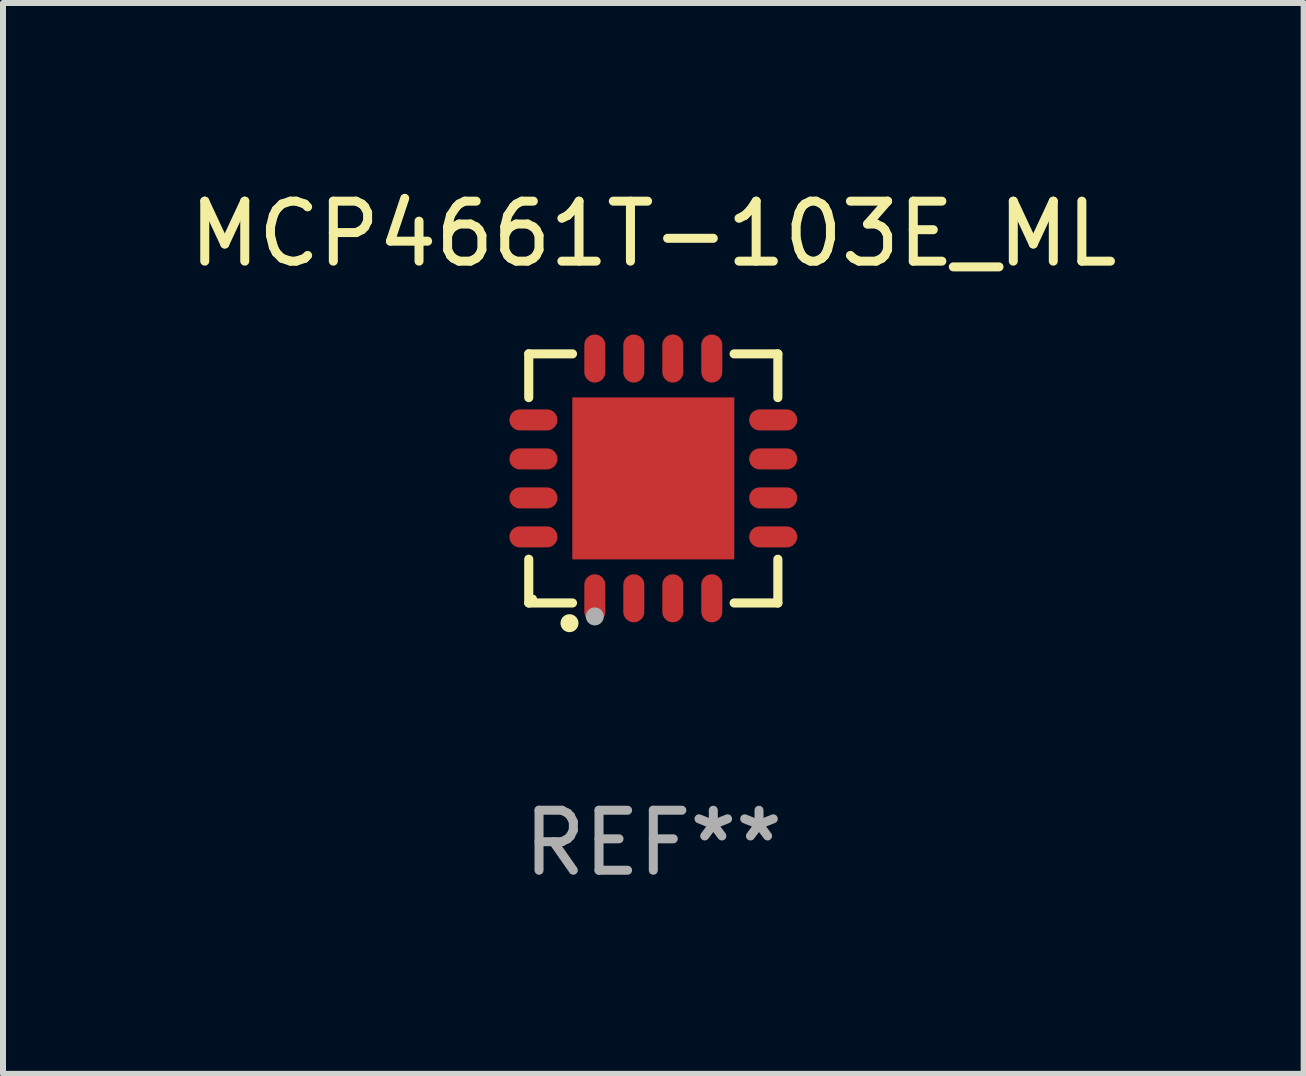
<source format=kicad_pcb>
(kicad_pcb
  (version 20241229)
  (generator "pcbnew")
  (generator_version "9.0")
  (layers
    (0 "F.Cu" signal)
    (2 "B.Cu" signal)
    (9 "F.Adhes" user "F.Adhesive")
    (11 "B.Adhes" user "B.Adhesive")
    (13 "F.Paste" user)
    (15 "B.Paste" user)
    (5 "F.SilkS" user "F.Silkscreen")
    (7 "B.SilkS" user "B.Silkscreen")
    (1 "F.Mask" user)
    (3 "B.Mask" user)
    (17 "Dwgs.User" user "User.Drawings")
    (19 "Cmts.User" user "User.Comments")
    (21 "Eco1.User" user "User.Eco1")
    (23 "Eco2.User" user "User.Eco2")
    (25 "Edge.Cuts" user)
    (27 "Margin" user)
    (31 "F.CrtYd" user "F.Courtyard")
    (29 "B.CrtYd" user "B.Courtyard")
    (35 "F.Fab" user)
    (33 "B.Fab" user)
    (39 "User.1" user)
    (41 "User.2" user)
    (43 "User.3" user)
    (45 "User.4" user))
  (footprint "MCP4661T-103E_ML"
    (layer "F.Cu")
    (at 7.839 4.924)
    (property "Reference" "MCP4661T-103E_ML" (at 0 -4.076 0) (layer "F.SilkS") (effects (font (size 1 1) (thickness 0.15))))
    (attr through_hole)
    (fp_line (start -2.076 -2.076) (end -1.347 -2.076) (stroke (width 0.152) (type solid)) (layer "F.SilkS"))
    (fp_line (start -2.076 -1.347) (end -2.076 -2.076) (stroke (width 0.152) (type solid)) (layer "F.SilkS"))
    (fp_line (start -2.076 1.347) (end -2.076 2.076) (stroke (width 0.152) (type solid)) (layer "F.SilkS"))
    (fp_line (start -2.076 2.076) (end -1.347 2.076) (stroke (width 0.152) (type solid)) (layer "F.SilkS"))
    (fp_line (start 2.076 -2.076) (end 1.347 -2.076) (stroke (width 0.152) (type solid)) (layer "F.SilkS"))
    (fp_line (start 2.076 -1.347) (end 2.076 -2.076) (stroke (width 0.152) (type solid)) (layer "F.SilkS"))
    (fp_line (start 2.076 1.347) (end 2.076 2.076) (stroke (width 0.152) (type solid)) (layer "F.SilkS"))
    (fp_line (start 2.076 2.076) (end 1.347 2.076) (stroke (width 0.152) (type solid)) (layer "F.SilkS"))
    (fp_circle (center -2 2) (end -1.97 2) (stroke (width 0.06) (type solid)) (fill no) (layer "F.SilkS"))
    (fp_circle (center -1.397 2.413) (end -1.322 2.413) (stroke (width 0.15) (type solid)) (fill no) (layer "F.SilkS"))
    (fp_circle (center -0.975 2.3) (end -0.9 2.3) (stroke (width 0.15) (type solid)) (fill no) (layer "F.Fab"))
    (fp_text user "REF**" (at 0 6.076 0) (layer "F.Fab") (effects (font (size 1 1) (thickness 0.15))))
    (pad "1" smd oval (at -0.975 1.998) (size 0.35 0.8) (layers "F.Cu" "F.Mask" "F.Paste"))
    (pad "2" smd oval (at -0.325 1.998) (size 0.35 0.8) (layers "F.Cu" "F.Mask" "F.Paste"))
    (pad "3" smd oval (at 0.325 1.998) (size 0.35 0.8) (layers "F.Cu" "F.Mask" "F.Paste"))
    (pad "4" smd oval (at 0.975 1.998) (size 0.35 0.8) (layers "F.Cu" "F.Mask" "F.Paste"))
    (pad "5" smd oval (at 1.998 0.975) (size 0.8 0.35) (layers "F.Cu" "F.Mask" "F.Paste"))
    (pad "6" smd oval (at 1.998 0.325) (size 0.8 0.35) (layers "F.Cu" "F.Mask" "F.Paste"))
    (pad "7" smd oval (at 1.998 -0.325) (size 0.8 0.35) (layers "F.Cu" "F.Mask" "F.Paste"))
    (pad "8" smd oval (at 1.998 -0.975) (size 0.8 0.35) (layers "F.Cu" "F.Mask" "F.Paste"))
    (pad "9" smd oval (at 0.975 -1.998) (size 0.35 0.8) (layers "F.Cu" "F.Mask" "F.Paste"))
    (pad "10" smd oval (at 0.325 -1.998) (size 0.35 0.8) (layers "F.Cu" "F.Mask" "F.Paste"))
    (pad "11" smd oval (at -0.325 -1.998) (size 0.35 0.8) (layers "F.Cu" "F.Mask" "F.Paste"))
    (pad "12" smd oval (at -0.975 -1.998) (size 0.35 0.8) (layers "F.Cu" "F.Mask" "F.Paste"))
    (pad "13" smd oval (at -1.998 -0.975) (size 0.8 0.35) (layers "F.Cu" "F.Mask" "F.Paste"))
    (pad "14" smd oval (at -1.998 -0.325) (size 0.8 0.35) (layers "F.Cu" "F.Mask" "F.Paste"))
    (pad "15" smd oval (at -1.998 0.325) (size 0.8 0.35) (layers "F.Cu" "F.Mask" "F.Paste"))
    (pad "16" smd oval (at -1.998 0.975) (size 0.8 0.35) (layers "F.Cu" "F.Mask" "F.Paste"))
    (pad "17" smd rect (at 0 0) (size 2.7 2.7) (layers "F.Cu" "F.Mask" "F.Paste")))
  (gr_rect
    (start -3 -3)
    (end 18.679 14.849)
    (stroke (width 0.1) (type default))
    (fill no)
    (layer "Edge.Cuts")))
</source>
